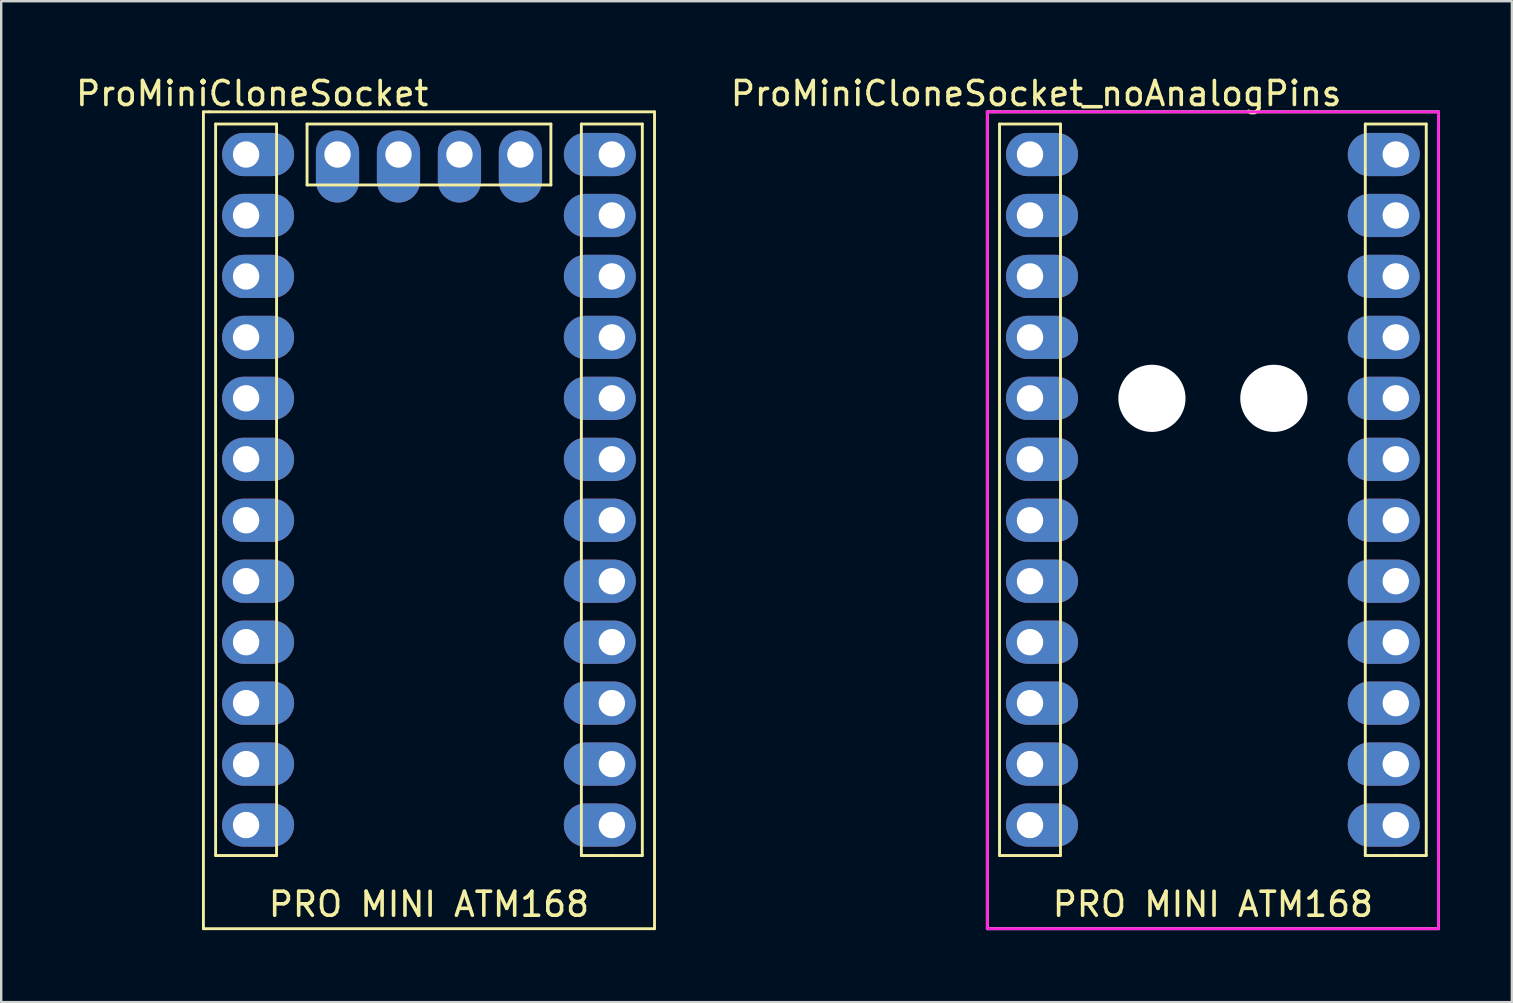
<source format=kicad_pcb>
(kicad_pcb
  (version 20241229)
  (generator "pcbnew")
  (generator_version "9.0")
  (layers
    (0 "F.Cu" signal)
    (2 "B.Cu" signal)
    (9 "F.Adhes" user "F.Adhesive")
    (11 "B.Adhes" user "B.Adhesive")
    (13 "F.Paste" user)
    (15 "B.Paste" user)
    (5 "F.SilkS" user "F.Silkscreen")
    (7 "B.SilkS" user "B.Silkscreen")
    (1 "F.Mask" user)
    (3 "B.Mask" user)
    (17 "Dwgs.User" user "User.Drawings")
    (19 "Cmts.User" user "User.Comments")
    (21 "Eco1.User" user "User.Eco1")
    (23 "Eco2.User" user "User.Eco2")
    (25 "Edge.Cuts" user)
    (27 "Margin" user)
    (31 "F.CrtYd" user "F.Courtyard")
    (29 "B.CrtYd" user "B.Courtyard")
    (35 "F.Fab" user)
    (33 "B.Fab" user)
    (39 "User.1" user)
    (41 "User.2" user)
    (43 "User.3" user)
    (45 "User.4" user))
  (footprint "ProMiniCloneSocket"
    (layer "F.Cu")
    (at 7.204 3.388)
    (property "Reference" "ProMiniCloneSocket" (at 0.254 -2.54 0) (layer "F.SilkS") (effects (font (size 1 1) (thickness 0.15))))
    (attr through_hole)
    (fp_line (start -1.778 -1.778) (end -1.778 32.258) (stroke (width 0.12) (type solid)) (layer "F.SilkS"))
    (fp_line (start -1.778 32.258) (end 17.018 32.258) (stroke (width 0.12) (type solid)) (layer "F.SilkS"))
    (fp_line (start -1.524 -1.778) (end -1.778 -1.778) (stroke (width 0.12) (type solid)) (layer "F.SilkS"))
    (fp_line (start -1.27 -1.27) (end 1.27 -1.27) (stroke (width 0.12) (type solid)) (layer "F.SilkS"))
    (fp_line (start -1.27 29.21) (end -1.27 -1.27) (stroke (width 0.12) (type solid)) (layer "F.SilkS"))
    (fp_line (start 1.27 -1.27) (end 1.27 29.21) (stroke (width 0.12) (type solid)) (layer "F.SilkS"))
    (fp_line (start 1.27 29.21) (end -1.27 29.21) (stroke (width 0.12) (type solid)) (layer "F.SilkS"))
    (fp_line (start 2.54 -1.27) (end 2.54 1.27) (stroke (width 0.12) (type solid)) (layer "F.SilkS"))
    (fp_line (start 2.54 1.27) (end 12.7 1.27) (stroke (width 0.12) (type solid)) (layer "F.SilkS"))
    (fp_line (start 12.7 -1.27) (end 2.54 -1.27) (stroke (width 0.12) (type solid)) (layer "F.SilkS"))
    (fp_line (start 12.7 1.27) (end 12.7 -1.27) (stroke (width 0.12) (type solid)) (layer "F.SilkS"))
    (fp_line (start 13.97 -1.27) (end 16.51 -1.27) (stroke (width 0.12) (type solid)) (layer "F.SilkS"))
    (fp_line (start 13.97 29.21) (end 13.97 -1.27) (stroke (width 0.12) (type solid)) (layer "F.SilkS"))
    (fp_line (start 15.24 29.21) (end 13.97 29.21) (stroke (width 0.12) (type solid)) (layer "F.SilkS"))
    (fp_line (start 16.51 -1.27) (end 16.51 29.21) (stroke (width 0.12) (type solid)) (layer "F.SilkS"))
    (fp_line (start 16.51 29.21) (end 15.24 29.21) (stroke (width 0.12) (type solid)) (layer "F.SilkS"))
    (fp_line (start 17.018 -1.778) (end -1.524 -1.778) (stroke (width 0.12) (type solid)) (layer "F.SilkS"))
    (fp_line (start 17.018 32.258) (end 17.018 -1.778) (stroke (width 0.12) (type solid)) (layer "F.SilkS"))
    (fp_text user "PRO MINI ATM168" (at 7.62 31.242 0) (layer "F.SilkS") (effects (font (size 1 1) (thickness 0.15))))
    (pad "1" thru_hole oval (at 0 0) (size 3 1.8) (drill 1.1 (offset 0.5 0)) (layers "*.Cu" "*.Mask"))
    (pad "2" thru_hole oval (at 0 2.54) (size 3 1.8) (drill 1.1 (offset 0.5 0)) (layers "*.Cu" "*.Mask"))
    (pad "3" thru_hole oval (at 0 5.08) (size 3 1.8) (drill 1.1 (offset 0.5 0)) (layers "*.Cu" "*.Mask"))
    (pad "4" thru_hole oval (at 0 7.62) (size 3 1.8) (drill 1.1 (offset 0.5 0)) (layers "*.Cu" "*.Mask"))
    (pad "5" thru_hole oval (at 0 10.16) (size 3 1.8) (drill 1.1 (offset 0.5 0)) (layers "*.Cu" "*.Mask"))
    (pad "6" thru_hole oval (at 0 12.7) (size 3 1.8) (drill 1.1 (offset 0.5 0)) (layers "*.Cu" "*.Mask"))
    (pad "7" thru_hole oval (at 0 15.24) (size 3 1.8) (drill 1.1 (offset 0.5 0)) (layers "*.Cu" "*.Mask"))
    (pad "8" thru_hole oval (at 0 17.78) (size 3 1.8) (drill 1.1 (offset 0.5 0)) (layers "*.Cu" "*.Mask"))
    (pad "9" thru_hole oval (at 0 20.32) (size 3 1.8) (drill 1.1 (offset 0.5 0)) (layers "*.Cu" "*.Mask"))
    (pad "10" thru_hole oval (at 0 22.86) (size 3 1.8) (drill 1.1 (offset 0.5 0)) (layers "*.Cu" "*.Mask"))
    (pad "11" thru_hole oval (at 0 25.4) (size 3 1.8) (drill 1.1 (offset 0.5 0)) (layers "*.Cu" "*.Mask"))
    (pad "12" thru_hole oval (at 0 27.94) (size 3 1.8) (drill 1.1 (offset 0.5 0)) (layers "*.Cu" "*.Mask"))
    (pad "13" thru_hole oval (at 15.24 27.94 180) (size 3 1.8) (drill 1.1 (offset 0.5 0)) (layers "*.Cu" "*.Mask"))
    (pad "14" thru_hole oval (at 15.24 25.4 180) (size 3 1.8) (drill 1.1 (offset 0.5 0)) (layers "*.Cu" "*.Mask"))
    (pad "15" thru_hole oval (at 15.24 22.86 180) (size 3 1.8) (drill 1.1 (offset 0.5 0)) (layers "*.Cu" "*.Mask"))
    (pad "16" thru_hole oval (at 15.24 20.32 180) (size 3 1.8) (drill 1.1 (offset 0.5 0)) (layers "*.Cu" "*.Mask"))
    (pad "17" thru_hole oval (at 15.24 17.78 180) (size 3 1.8) (drill 1.1 (offset 0.5 0)) (layers "*.Cu" "*.Mask"))
    (pad "18" thru_hole oval (at 15.24 15.24 180) (size 3 1.8) (drill 1.1 (offset 0.5 0)) (layers "*.Cu" "*.Mask"))
    (pad "19" thru_hole oval (at 15.24 12.7 180) (size 3 1.8) (drill 1.1 (offset 0.5 0)) (layers "*.Cu" "*.Mask"))
    (pad "20" thru_hole oval (at 15.24 10.16 180) (size 3 1.8) (drill 1.1 (offset 0.5 0)) (layers "*.Cu" "*.Mask"))
    (pad "21" thru_hole oval (at 15.24 7.62 180) (size 3 1.8) (drill 1.1 (offset 0.5 0)) (layers "*.Cu" "*.Mask"))
    (pad "22" thru_hole oval (at 15.24 5.08 180) (size 3 1.8) (drill 1.1 (offset 0.5 0)) (layers "*.Cu" "*.Mask"))
    (pad "23" thru_hole oval (at 15.24 2.54 180) (size 3 1.8) (drill 1.1 (offset 0.5 0)) (layers "*.Cu" "*.Mask"))
    (pad "24" thru_hole oval (at 15.24 0 180) (size 3 1.8) (drill 1.1 (offset 0.5 0)) (layers "*.Cu" "*.Mask"))
    (pad "25" thru_hole oval (at 3.81 0 270) (size 3 1.8) (drill 1.1 (offset 0.5 0)) (layers "*.Cu" "*.Mask"))
    (pad "26" thru_hole oval (at 6.35 0 270) (size 3 1.8) (drill 1.1 (offset 0.5 0)) (layers "*.Cu" "*.Mask"))
    (pad "27" thru_hole oval (at 8.89 0 270) (size 3 1.8) (drill 1.1 (offset 0.5 0)) (layers "*.Cu" "*.Mask"))
    (pad "28" thru_hole oval (at 11.43 0 270) (size 3 1.8) (drill 1.1 (offset 0.5 0)) (layers "*.Cu" "*.Mask")))
  (footprint "ProMiniCloneSocket_noAnalogPins"
    (layer "F.Cu")
    (at 39.868 3.388)
    (property "Reference" "ProMiniCloneSocket_noAnalogPins" (at 0.254 -2.54 0) (layer "F.SilkS") (effects (font (size 1 1) (thickness 0.15))))
    (attr through_hole)
    (fp_line (start -1.778 -1.778) (end -1.778 32.258) (stroke (width 0.12) (type solid)) (layer "F.SilkS"))
    (fp_line (start -1.778 32.258) (end 17.018 32.258) (stroke (width 0.12) (type solid)) (layer "F.SilkS"))
    (fp_line (start -1.524 -1.778) (end -1.778 -1.778) (stroke (width 0.12) (type solid)) (layer "F.SilkS"))
    (fp_line (start -1.27 -1.27) (end 1.27 -1.27) (stroke (width 0.12) (type solid)) (layer "F.SilkS"))
    (fp_line (start -1.27 29.21) (end -1.27 -1.27) (stroke (width 0.12) (type solid)) (layer "F.SilkS"))
    (fp_line (start 1.27 -1.27) (end 1.27 29.21) (stroke (width 0.12) (type solid)) (layer "F.SilkS"))
    (fp_line (start 1.27 29.21) (end -1.27 29.21) (stroke (width 0.12) (type solid)) (layer "F.SilkS"))
    (fp_line (start 13.97 -1.27) (end 16.51 -1.27) (stroke (width 0.12) (type solid)) (layer "F.SilkS"))
    (fp_line (start 13.97 29.21) (end 13.97 -1.27) (stroke (width 0.12) (type solid)) (layer "F.SilkS"))
    (fp_line (start 15.24 29.21) (end 13.97 29.21) (stroke (width 0.12) (type solid)) (layer "F.SilkS"))
    (fp_line (start 16.51 -1.27) (end 16.51 29.21) (stroke (width 0.12) (type solid)) (layer "F.SilkS"))
    (fp_line (start 16.51 29.21) (end 15.24 29.21) (stroke (width 0.12) (type solid)) (layer "F.SilkS"))
    (fp_line (start 17.018 -1.778) (end -1.524 -1.778) (stroke (width 0.12) (type solid)) (layer "F.SilkS"))
    (fp_line (start 17.018 32.258) (end 17.018 -1.778) (stroke (width 0.12) (type solid)) (layer "F.SilkS"))
    (fp_line (start -1.778 -1.778) (end 17.018 -1.778) (stroke (width 0.12) (type solid)) (layer "F.CrtYd"))
    (fp_line (start -1.778 32.258) (end -1.778 -1.778) (stroke (width 0.12) (type solid)) (layer "F.CrtYd"))
    (fp_line (start 17.018 -1.778) (end 17.018 32.258) (stroke (width 0.12) (type solid)) (layer "F.CrtYd"))
    (fp_line (start 17.018 32.258) (end -1.778 32.258) (stroke (width 0.12) (type solid)) (layer "F.CrtYd"))
    (fp_text user "PRO MINI ATM168" (at 7.62 31.242 0) (layer "F.SilkS") (effects (font (size 1 1) (thickness 0.15))))
    (pad "" np_thru_hole circle (at 5.08 10.16) (size 2.8 2.8) (drill 2.8) (layers "*.Cu" "*.Mask"))
    (pad "" np_thru_hole circle (at 10.16 10.16) (size 2.8 2.8) (drill 2.8) (layers "*.Cu" "*.Mask"))
    (pad "1" thru_hole oval (at 0 0) (size 3 1.8) (drill 1.1 (offset 0.5 0)) (layers "*.Cu" "*.Mask"))
    (pad "2" thru_hole oval (at 0 2.54) (size 3 1.8) (drill 1.1 (offset 0.5 0)) (layers "*.Cu" "*.Mask"))
    (pad "3" thru_hole oval (at 0 5.08) (size 3 1.8) (drill 1.1 (offset 0.5 0)) (layers "*.Cu" "*.Mask"))
    (pad "4" thru_hole oval (at 0 7.62) (size 3 1.8) (drill 1.1 (offset 0.5 0)) (layers "*.Cu" "*.Mask"))
    (pad "5" thru_hole oval (at 0 10.16) (size 3 1.8) (drill 1.1 (offset 0.5 0)) (layers "*.Cu" "*.Mask"))
    (pad "6" thru_hole oval (at 0 12.7) (size 3 1.8) (drill 1.1 (offset 0.5 0)) (layers "*.Cu" "*.Mask"))
    (pad "7" thru_hole oval (at 0 15.24) (size 3 1.8) (drill 1.1 (offset 0.5 0)) (layers "*.Cu" "*.Mask"))
    (pad "8" thru_hole oval (at 0 17.78) (size 3 1.8) (drill 1.1 (offset 0.5 0)) (layers "*.Cu" "*.Mask"))
    (pad "9" thru_hole oval (at 0 20.32) (size 3 1.8) (drill 1.1 (offset 0.5 0)) (layers "*.Cu" "*.Mask"))
    (pad "10" thru_hole oval (at 0 22.86) (size 3 1.8) (drill 1.1 (offset 0.5 0)) (layers "*.Cu" "*.Mask"))
    (pad "11" thru_hole oval (at 0 25.4) (size 3 1.8) (drill 1.1 (offset 0.5 0)) (layers "*.Cu" "*.Mask"))
    (pad "12" thru_hole oval (at 0 27.94) (size 3 1.8) (drill 1.1 (offset 0.5 0)) (layers "*.Cu" "*.Mask"))
    (pad "13" thru_hole oval (at 15.24 27.94 180) (size 3 1.8) (drill 1.1 (offset 0.5 0)) (layers "*.Cu" "*.Mask"))
    (pad "14" thru_hole oval (at 15.24 25.4 180) (size 3 1.8) (drill 1.1 (offset 0.5 0)) (layers "*.Cu" "*.Mask"))
    (pad "15" thru_hole oval (at 15.24 22.86 180) (size 3 1.8) (drill 1.1 (offset 0.5 0)) (layers "*.Cu" "*.Mask"))
    (pad "16" thru_hole oval (at 15.24 20.32 180) (size 3 1.8) (drill 1.1 (offset 0.5 0)) (layers "*.Cu" "*.Mask"))
    (pad "17" thru_hole oval (at 15.24 17.78 180) (size 3 1.8) (drill 1.1 (offset 0.5 0)) (layers "*.Cu" "*.Mask"))
    (pad "18" thru_hole oval (at 15.24 15.24 180) (size 3 1.8) (drill 1.1 (offset 0.5 0)) (layers "*.Cu" "*.Mask"))
    (pad "19" thru_hole oval (at 15.24 12.7 180) (size 3 1.8) (drill 1.1 (offset 0.5 0)) (layers "*.Cu" "*.Mask"))
    (pad "20" thru_hole oval (at 15.24 10.16 180) (size 3 1.8) (drill 1.1 (offset 0.5 0)) (layers "*.Cu" "*.Mask"))
    (pad "21" thru_hole oval (at 15.24 7.62 180) (size 3 1.8) (drill 1.1 (offset 0.5 0)) (layers "*.Cu" "*.Mask"))
    (pad "22" thru_hole oval (at 15.24 5.08 180) (size 3 1.8) (drill 1.1 (offset 0.5 0)) (layers "*.Cu" "*.Mask"))
    (pad "23" thru_hole oval (at 15.24 2.54 180) (size 3 1.8) (drill 1.1 (offset 0.5 0)) (layers "*.Cu" "*.Mask"))
    (pad "24" thru_hole oval (at 15.24 0 180) (size 3 1.8) (drill 1.1 (offset 0.5 0)) (layers "*.Cu" "*.Mask")))
  (gr_rect
    (start -3 -3)
    (end 59.946 38.706)
    (stroke (width 0.1) (type default))
    (fill no)
    (layer "Edge.Cuts")))
</source>
